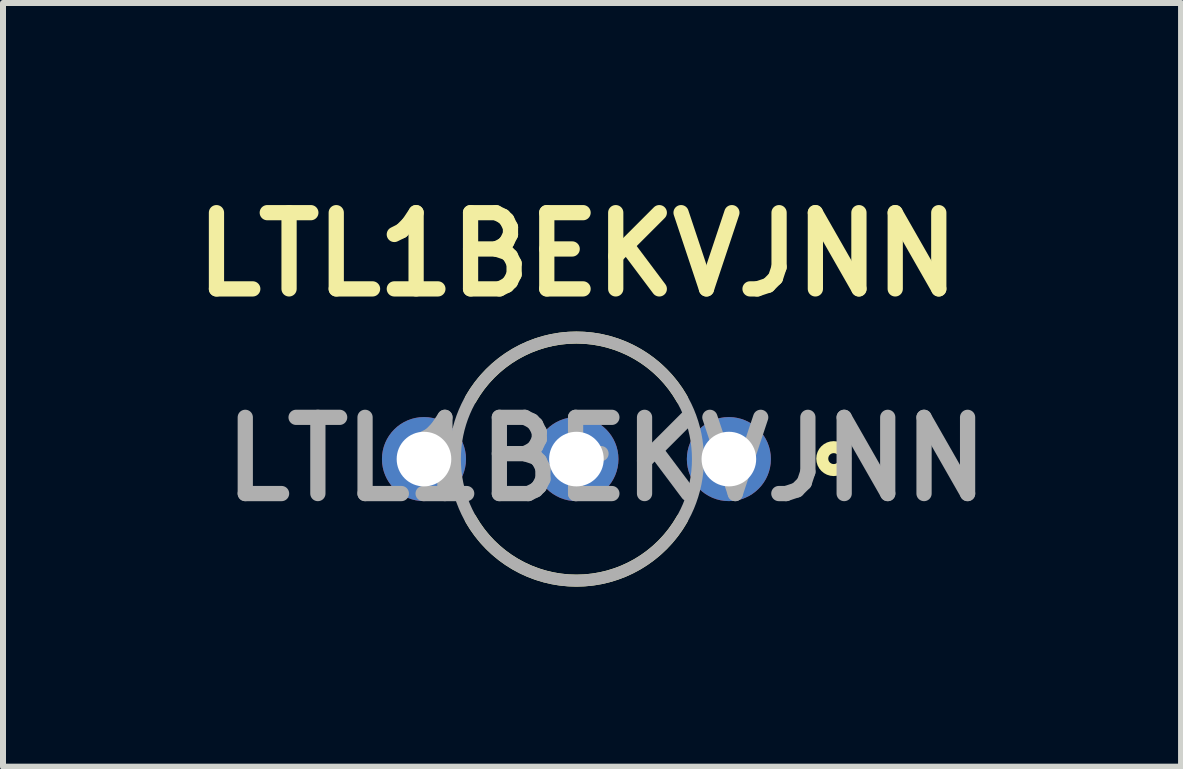
<source format=kicad_pcb>
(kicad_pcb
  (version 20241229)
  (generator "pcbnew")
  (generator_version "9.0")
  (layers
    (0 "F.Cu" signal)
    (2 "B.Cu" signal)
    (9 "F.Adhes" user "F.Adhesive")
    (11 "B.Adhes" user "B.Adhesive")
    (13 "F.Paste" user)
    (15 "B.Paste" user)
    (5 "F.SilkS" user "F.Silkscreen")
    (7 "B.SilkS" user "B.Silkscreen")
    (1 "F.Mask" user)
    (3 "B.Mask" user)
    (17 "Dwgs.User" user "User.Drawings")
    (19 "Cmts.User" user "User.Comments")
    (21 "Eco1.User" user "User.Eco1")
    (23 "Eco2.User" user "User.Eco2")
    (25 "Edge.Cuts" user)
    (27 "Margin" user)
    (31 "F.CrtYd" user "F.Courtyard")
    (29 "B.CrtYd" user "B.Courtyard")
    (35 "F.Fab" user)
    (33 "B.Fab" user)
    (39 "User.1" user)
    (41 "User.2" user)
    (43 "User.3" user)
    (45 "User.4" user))
  (footprint "LTL1BEKVJNN"
    (layer "F.Cu")
    (at 6.554 4.599)
    (property "Reference" "LTL1BEKVJNN" (at 0.02 -3.41 0) (layer "F.SilkS") (effects (font (size 1.27 1.27) (thickness 0.254))))
    (attr through_hole)
    (fp_arc (start -1.76086 -1) (mid -0.000267 -2.025001) (end 1.760596 -1.000465) (stroke (width 0.2) (type solid)) (layer "F.SilkS"))
    (fp_arc (start 1.76086 1) (mid 0.000267 2.025001) (end -1.760596 1.000465) (stroke (width 0.2) (type solid)) (layer "F.SilkS"))
    (fp_circle (center 4.287 -0.008) (end 4.287 0.083) (stroke (width 0.2) (type solid)) (fill no) (layer "F.SilkS"))
    (fp_circle (center 0 0) (end 0 2.025) (stroke (width 0.2) (type solid)) (fill no) (layer "F.Fab"))
    (fp_text user "${REFERENCE}" (at 0.5 0 0) (layer "F.Fab") (effects (font (size 1.27 1.27) (thickness 0.254))))
    (pad "1" thru_hole circle (at 2.54 0) (size 1.4 1.4) (drill 0.91) (layers "*.Cu" "*.Mask"))
    (pad "2" thru_hole circle (at 0 0) (size 1.4 1.4) (drill 0.91) (layers "*.Cu" "*.Mask"))
    (pad "3" thru_hole circle (at -2.54 0) (size 1.4 1.4) (drill 0.91) (layers "*.Cu" "*.Mask")))
  (gr_rect
    (start -3 -3)
    (end 16.628 9.724)
    (stroke (width 0.1) (type default))
    (fill no)
    (layer "Edge.Cuts")))
</source>
